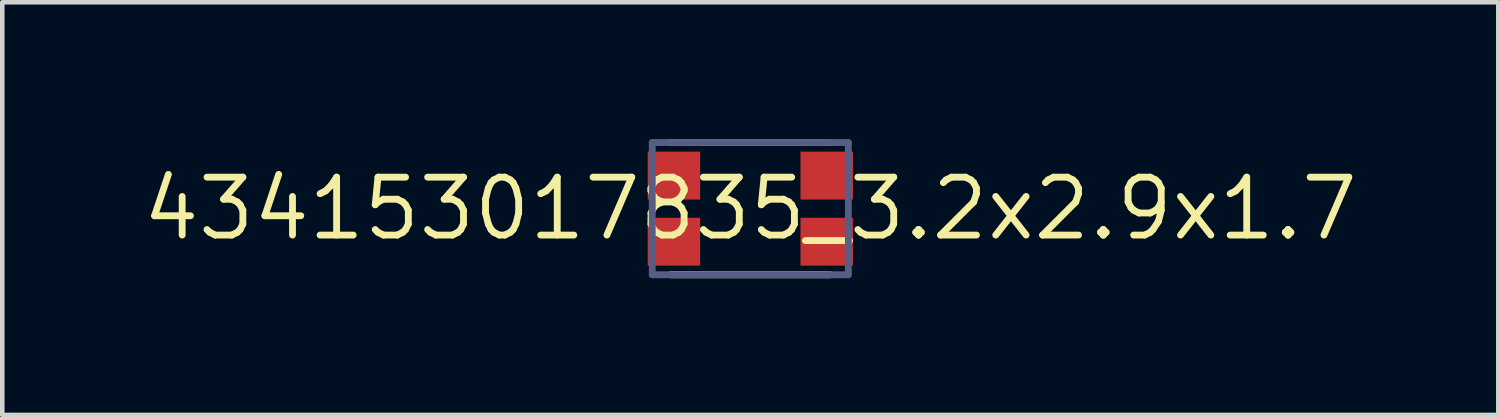
<source format=kicad_pcb>
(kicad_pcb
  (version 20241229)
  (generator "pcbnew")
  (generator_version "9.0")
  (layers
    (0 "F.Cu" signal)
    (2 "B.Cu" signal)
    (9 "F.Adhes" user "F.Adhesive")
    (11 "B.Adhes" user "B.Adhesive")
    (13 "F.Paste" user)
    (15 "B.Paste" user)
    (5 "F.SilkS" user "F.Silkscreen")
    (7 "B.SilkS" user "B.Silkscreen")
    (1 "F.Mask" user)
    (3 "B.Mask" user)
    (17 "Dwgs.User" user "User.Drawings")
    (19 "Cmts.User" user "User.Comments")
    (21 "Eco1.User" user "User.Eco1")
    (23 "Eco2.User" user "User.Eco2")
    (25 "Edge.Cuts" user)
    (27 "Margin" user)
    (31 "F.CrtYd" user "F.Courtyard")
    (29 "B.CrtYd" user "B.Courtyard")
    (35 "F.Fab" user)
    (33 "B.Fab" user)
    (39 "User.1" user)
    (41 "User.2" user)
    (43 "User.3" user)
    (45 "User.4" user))
  (footprint "434153017835_3.2x2.9x1.7"
    (layer "F.Cu")
    (at 13.403 1.525)
    (property "Reference" "434153017835_3.2x2.9x1.7" (at 0 0 0) (layer "F.SilkS") (effects (font (size 1.27 1.27) (thickness 0.15))))
    (fp_line (start -1.75 -1.45) (end 1.75 -1.45) (stroke (width 0.15) (type solid)) (layer "F.SilkS"))
    (fp_line (start -1.75 1.45) (end 1.75 1.45) (stroke (width 0.15) (type solid)) (layer "F.SilkS"))
    (fp_line (start -2.15 -1.45) (end -2.15 1.45) (stroke (width 0.15) (type solid)) (layer "B.Fab"))
    (fp_line (start -2.15 -1.45) (end 2.15 -1.45) (stroke (width 0.15) (type solid)) (layer "B.Fab"))
    (fp_line (start -2.15 1.45) (end 2.15 1.45) (stroke (width 0.15) (type solid)) (layer "B.Fab"))
    (fp_line (start 2.15 -1.45) (end 2.15 1.45) (stroke (width 0.15) (type solid)) (layer "B.Fab"))
    (pad "1" smd rect (at -1.675 -0.725) (size 1.15 1.05) (layers "F.Cu" "F.Mask" "F.Paste"))
    (pad "2" smd rect (at -1.675 0.725) (size 1.15 1.05) (layers "F.Cu" "F.Mask" "F.Paste"))
    (pad "3" smd rect (at 1.675 -0.725) (size 1.15 1.05) (layers "F.Cu" "F.Mask" "F.Paste"))
    (pad "4" smd rect (at 1.675 0.725) (size 1.15 1.05) (layers "F.Cu" "F.Mask" "F.Paste")))
  (gr_rect
    (start -3 -3)
    (end 29.806 6.05)
    (stroke (width 0.1) (type default))
    (fill no)
    (layer "Edge.Cuts")))
</source>
